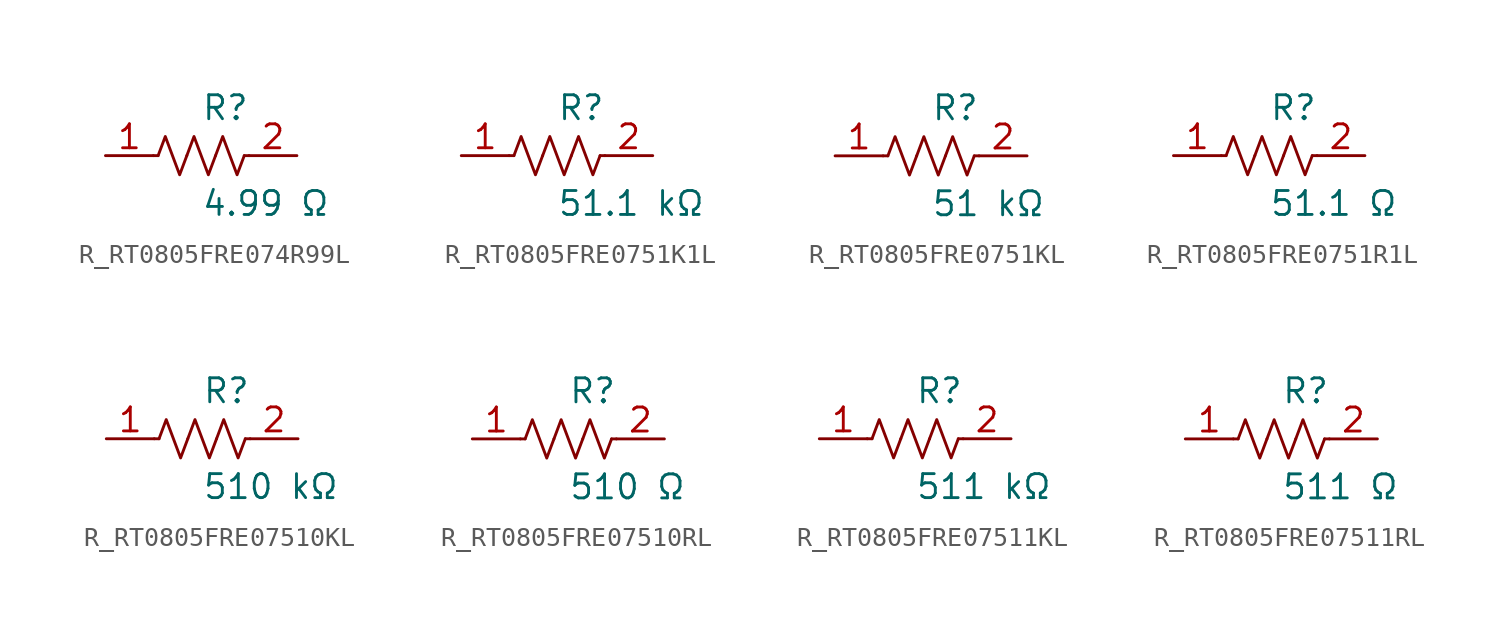
<source format=kicad_sym>
(kicad_symbol_lib
  (version 20231120)
  (generator kicad_symbol_editor)
  (generator_version 8.0)
  (symbol "R_RT0805FRE074R99L"
    (pin_names
      (offset 0.254))
    (property "Reference" "R"
      (at 0 2.54 0)
      (effects (font (size 1.27 1.27)) (justify left)))
    (property "Value" "4.99 Ω"
      (at 0 -2.54 0)
      (effects (font (size 1.27 1.27)) (justify left)))
    (symbol "R_RT0805FRE074R99L_0_1"
      (polyline (pts (xy 2.286 0) (xy 2.54 0)) (stroke (width 0) (type default)) (fill (type none)))
      (polyline (pts (xy -2.286 0) (xy -2.54 0)) (stroke (width 0) (type default)) (fill (type none)))
      (polyline (pts (xy 0.762 0) (xy 1.143 1.016) (xy 1.524 0) (xy 1.905 -1.016) (xy 2.286 0)) (stroke (width 0) (type default)) (fill (type none)))
      (polyline (pts (xy -0.762 0) (xy -0.381 1.016) (xy 0 0) (xy 0.381 -1.016) (xy 0.762 0)) (stroke (width 0) (type default)) (fill (type none)))
      (polyline (pts (xy -2.286 0) (xy -1.905 1.016) (xy -1.524 0) (xy -1.143 -1.016) (xy -0.762 0)) (stroke (width 0) (type default)) (fill (type none))))
    (pin passive line
      (at -5.08 0 0)
      (length 2.54)
      (name "" (effects (font (size 1.27 1.27))))
      (number "1" (effects (font (size 1.27 1.27)))))
    (pin passive line
      (at 5.08 0 180)
      (length 2.54)
      (name "" (effects (font (size 1.27 1.27))))
      (number "2" (effects (font (size 1.27 1.27))))))
  (symbol "R_RT0805FRE0751K1L"
    (pin_names
      (offset 0.254))
    (property "Reference" "R"
      (at 0 2.54 0)
      (effects (font (size 1.27 1.27)) (justify left)))
    (property "Value" "51.1 kΩ"
      (at 0 -2.54 0)
      (effects (font (size 1.27 1.27)) (justify left)))
    (symbol "R_RT0805FRE0751K1L_0_1"
      (polyline (pts (xy 2.286 0) (xy 2.54 0)) (stroke (width 0) (type default)) (fill (type none)))
      (polyline (pts (xy -2.286 0) (xy -2.54 0)) (stroke (width 0) (type default)) (fill (type none)))
      (polyline (pts (xy 0.762 0) (xy 1.143 1.016) (xy 1.524 0) (xy 1.905 -1.016) (xy 2.286 0)) (stroke (width 0) (type default)) (fill (type none)))
      (polyline (pts (xy -0.762 0) (xy -0.381 1.016) (xy 0 0) (xy 0.381 -1.016) (xy 0.762 0)) (stroke (width 0) (type default)) (fill (type none)))
      (polyline (pts (xy -2.286 0) (xy -1.905 1.016) (xy -1.524 0) (xy -1.143 -1.016) (xy -0.762 0)) (stroke (width 0) (type default)) (fill (type none))))
    (pin passive line
      (at -5.08 0 0)
      (length 2.54)
      (name "" (effects (font (size 1.27 1.27))))
      (number "1" (effects (font (size 1.27 1.27)))))
    (pin passive line
      (at 5.08 0 180)
      (length 2.54)
      (name "" (effects (font (size 1.27 1.27))))
      (number "2" (effects (font (size 1.27 1.27))))))
  (symbol "R_RT0805FRE0751KL"
    (pin_names
      (offset 0.254))
    (property "Reference" "R"
      (at 0 2.54 0)
      (effects (font (size 1.27 1.27)) (justify left)))
    (property "Value" "51 kΩ"
      (at 0 -2.54 0)
      (effects (font (size 1.27 1.27)) (justify left)))
    (symbol "R_RT0805FRE0751KL_0_1"
      (polyline (pts (xy 2.286 0) (xy 2.54 0)) (stroke (width 0) (type default)) (fill (type none)))
      (polyline (pts (xy -2.286 0) (xy -2.54 0)) (stroke (width 0) (type default)) (fill (type none)))
      (polyline (pts (xy 0.762 0) (xy 1.143 1.016) (xy 1.524 0) (xy 1.905 -1.016) (xy 2.286 0)) (stroke (width 0) (type default)) (fill (type none)))
      (polyline (pts (xy -0.762 0) (xy -0.381 1.016) (xy 0 0) (xy 0.381 -1.016) (xy 0.762 0)) (stroke (width 0) (type default)) (fill (type none)))
      (polyline (pts (xy -2.286 0) (xy -1.905 1.016) (xy -1.524 0) (xy -1.143 -1.016) (xy -0.762 0)) (stroke (width 0) (type default)) (fill (type none))))
    (pin passive line
      (at -5.08 0 0)
      (length 2.54)
      (name "" (effects (font (size 1.27 1.27))))
      (number "1" (effects (font (size 1.27 1.27)))))
    (pin passive line
      (at 5.08 0 180)
      (length 2.54)
      (name "" (effects (font (size 1.27 1.27))))
      (number "2" (effects (font (size 1.27 1.27))))))
  (symbol "R_RT0805FRE0751R1L"
    (pin_names
      (offset 0.254))
    (property "Reference" "R"
      (at 0 2.54 0)
      (effects (font (size 1.27 1.27)) (justify left)))
    (property "Value" "51.1 Ω"
      (at 0 -2.54 0)
      (effects (font (size 1.27 1.27)) (justify left)))
    (symbol "R_RT0805FRE0751R1L_0_1"
      (polyline (pts (xy 2.286 0) (xy 2.54 0)) (stroke (width 0) (type default)) (fill (type none)))
      (polyline (pts (xy -2.286 0) (xy -2.54 0)) (stroke (width 0) (type default)) (fill (type none)))
      (polyline (pts (xy 0.762 0) (xy 1.143 1.016) (xy 1.524 0) (xy 1.905 -1.016) (xy 2.286 0)) (stroke (width 0) (type default)) (fill (type none)))
      (polyline (pts (xy -0.762 0) (xy -0.381 1.016) (xy 0 0) (xy 0.381 -1.016) (xy 0.762 0)) (stroke (width 0) (type default)) (fill (type none)))
      (polyline (pts (xy -2.286 0) (xy -1.905 1.016) (xy -1.524 0) (xy -1.143 -1.016) (xy -0.762 0)) (stroke (width 0) (type default)) (fill (type none))))
    (pin passive line
      (at -5.08 0 0)
      (length 2.54)
      (name "" (effects (font (size 1.27 1.27))))
      (number "1" (effects (font (size 1.27 1.27)))))
    (pin passive line
      (at 5.08 0 180)
      (length 2.54)
      (name "" (effects (font (size 1.27 1.27))))
      (number "2" (effects (font (size 1.27 1.27))))))
  (symbol "R_RT0805FRE07510KL"
    (pin_names
      (offset 0.254))
    (property "Reference" "R"
      (at 0 2.54 0)
      (effects (font (size 1.27 1.27)) (justify left)))
    (property "Value" "510 kΩ"
      (at 0 -2.54 0)
      (effects (font (size 1.27 1.27)) (justify left)))
    (symbol "R_RT0805FRE07510KL_0_1"
      (polyline (pts (xy 2.286 0) (xy 2.54 0)) (stroke (width 0) (type default)) (fill (type none)))
      (polyline (pts (xy -2.286 0) (xy -2.54 0)) (stroke (width 0) (type default)) (fill (type none)))
      (polyline (pts (xy 0.762 0) (xy 1.143 1.016) (xy 1.524 0) (xy 1.905 -1.016) (xy 2.286 0)) (stroke (width 0) (type default)) (fill (type none)))
      (polyline (pts (xy -0.762 0) (xy -0.381 1.016) (xy 0 0) (xy 0.381 -1.016) (xy 0.762 0)) (stroke (width 0) (type default)) (fill (type none)))
      (polyline (pts (xy -2.286 0) (xy -1.905 1.016) (xy -1.524 0) (xy -1.143 -1.016) (xy -0.762 0)) (stroke (width 0) (type default)) (fill (type none))))
    (pin passive line
      (at -5.08 0 0)
      (length 2.54)
      (name "" (effects (font (size 1.27 1.27))))
      (number "1" (effects (font (size 1.27 1.27)))))
    (pin passive line
      (at 5.08 0 180)
      (length 2.54)
      (name "" (effects (font (size 1.27 1.27))))
      (number "2" (effects (font (size 1.27 1.27))))))
  (symbol "R_RT0805FRE07510RL"
    (pin_names
      (offset 0.254))
    (property "Reference" "R"
      (at 0 2.54 0)
      (effects (font (size 1.27 1.27)) (justify left)))
    (property "Value" "510 Ω"
      (at 0 -2.54 0)
      (effects (font (size 1.27 1.27)) (justify left)))
    (symbol "R_RT0805FRE07510RL_0_1"
      (polyline (pts (xy 2.286 0) (xy 2.54 0)) (stroke (width 0) (type default)) (fill (type none)))
      (polyline (pts (xy -2.286 0) (xy -2.54 0)) (stroke (width 0) (type default)) (fill (type none)))
      (polyline (pts (xy 0.762 0) (xy 1.143 1.016) (xy 1.524 0) (xy 1.905 -1.016) (xy 2.286 0)) (stroke (width 0) (type default)) (fill (type none)))
      (polyline (pts (xy -0.762 0) (xy -0.381 1.016) (xy 0 0) (xy 0.381 -1.016) (xy 0.762 0)) (stroke (width 0) (type default)) (fill (type none)))
      (polyline (pts (xy -2.286 0) (xy -1.905 1.016) (xy -1.524 0) (xy -1.143 -1.016) (xy -0.762 0)) (stroke (width 0) (type default)) (fill (type none))))
    (pin passive line
      (at -5.08 0 0)
      (length 2.54)
      (name "" (effects (font (size 1.27 1.27))))
      (number "1" (effects (font (size 1.27 1.27)))))
    (pin passive line
      (at 5.08 0 180)
      (length 2.54)
      (name "" (effects (font (size 1.27 1.27))))
      (number "2" (effects (font (size 1.27 1.27))))))
  (symbol "R_RT0805FRE07511KL"
    (pin_names
      (offset 0.254))
    (property "Reference" "R"
      (at 0 2.54 0)
      (effects (font (size 1.27 1.27)) (justify left)))
    (property "Value" "511 kΩ"
      (at 0 -2.54 0)
      (effects (font (size 1.27 1.27)) (justify left)))
    (symbol "R_RT0805FRE07511KL_0_1"
      (polyline (pts (xy 2.286 0) (xy 2.54 0)) (stroke (width 0) (type default)) (fill (type none)))
      (polyline (pts (xy -2.286 0) (xy -2.54 0)) (stroke (width 0) (type default)) (fill (type none)))
      (polyline (pts (xy 0.762 0) (xy 1.143 1.016) (xy 1.524 0) (xy 1.905 -1.016) (xy 2.286 0)) (stroke (width 0) (type default)) (fill (type none)))
      (polyline (pts (xy -0.762 0) (xy -0.381 1.016) (xy 0 0) (xy 0.381 -1.016) (xy 0.762 0)) (stroke (width 0) (type default)) (fill (type none)))
      (polyline (pts (xy -2.286 0) (xy -1.905 1.016) (xy -1.524 0) (xy -1.143 -1.016) (xy -0.762 0)) (stroke (width 0) (type default)) (fill (type none))))
    (pin passive line
      (at -5.08 0 0)
      (length 2.54)
      (name "" (effects (font (size 1.27 1.27))))
      (number "1" (effects (font (size 1.27 1.27)))))
    (pin passive line
      (at 5.08 0 180)
      (length 2.54)
      (name "" (effects (font (size 1.27 1.27))))
      (number "2" (effects (font (size 1.27 1.27))))))
  (symbol "R_RT0805FRE07511RL"
    (pin_names
      (offset 0.254))
    (property "Reference" "R"
      (at 0 2.54 0)
      (effects (font (size 1.27 1.27)) (justify left)))
    (property "Value" "511 Ω"
      (at 0 -2.54 0)
      (effects (font (size 1.27 1.27)) (justify left)))
    (symbol "R_RT0805FRE07511RL_0_1"
      (polyline (pts (xy 2.286 0) (xy 2.54 0)) (stroke (width 0) (type default)) (fill (type none)))
      (polyline (pts (xy -2.286 0) (xy -2.54 0)) (stroke (width 0) (type default)) (fill (type none)))
      (polyline (pts (xy 0.762 0) (xy 1.143 1.016) (xy 1.524 0) (xy 1.905 -1.016) (xy 2.286 0)) (stroke (width 0) (type default)) (fill (type none)))
      (polyline (pts (xy -0.762 0) (xy -0.381 1.016) (xy 0 0) (xy 0.381 -1.016) (xy 0.762 0)) (stroke (width 0) (type default)) (fill (type none)))
      (polyline (pts (xy -2.286 0) (xy -1.905 1.016) (xy -1.524 0) (xy -1.143 -1.016) (xy -0.762 0)) (stroke (width 0) (type default)) (fill (type none))))
    (pin passive line
      (at -5.08 0 0)
      (length 2.54)
      (name "" (effects (font (size 1.27 1.27))))
      (number "1" (effects (font (size 1.27 1.27)))))
    (pin passive line
      (at 5.08 0 180)
      (length 2.54)
      (name "" (effects (font (size 1.27 1.27))))
      (number "2" (effects (font (size 1.27 1.27)))))))
</source>
